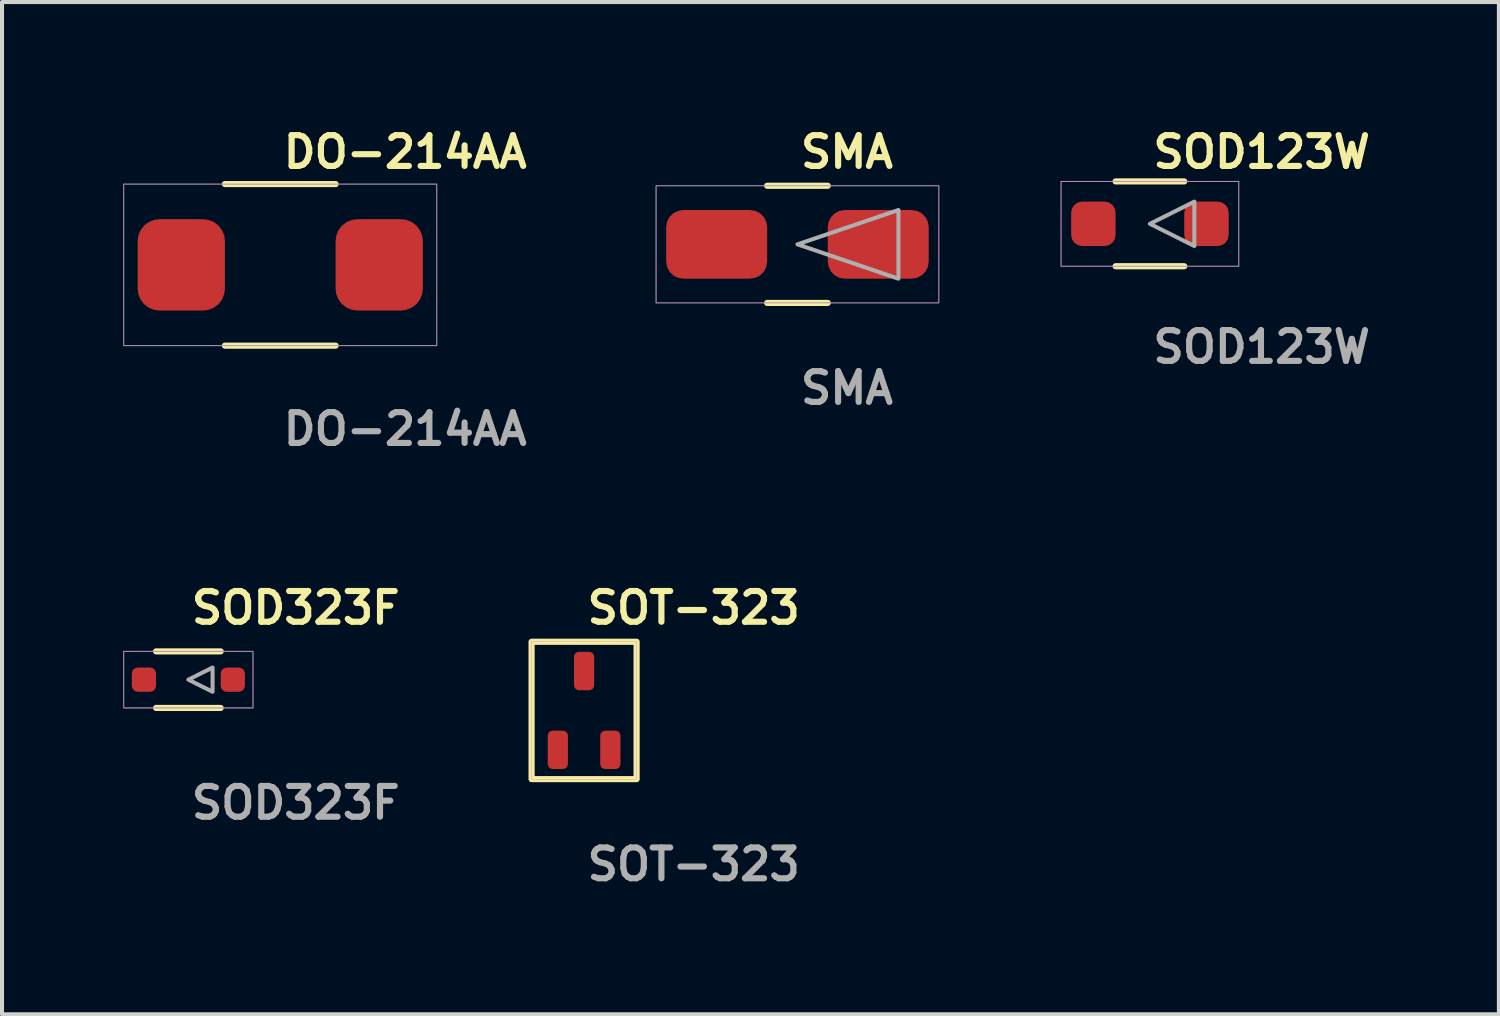
<source format=kicad_pcb>
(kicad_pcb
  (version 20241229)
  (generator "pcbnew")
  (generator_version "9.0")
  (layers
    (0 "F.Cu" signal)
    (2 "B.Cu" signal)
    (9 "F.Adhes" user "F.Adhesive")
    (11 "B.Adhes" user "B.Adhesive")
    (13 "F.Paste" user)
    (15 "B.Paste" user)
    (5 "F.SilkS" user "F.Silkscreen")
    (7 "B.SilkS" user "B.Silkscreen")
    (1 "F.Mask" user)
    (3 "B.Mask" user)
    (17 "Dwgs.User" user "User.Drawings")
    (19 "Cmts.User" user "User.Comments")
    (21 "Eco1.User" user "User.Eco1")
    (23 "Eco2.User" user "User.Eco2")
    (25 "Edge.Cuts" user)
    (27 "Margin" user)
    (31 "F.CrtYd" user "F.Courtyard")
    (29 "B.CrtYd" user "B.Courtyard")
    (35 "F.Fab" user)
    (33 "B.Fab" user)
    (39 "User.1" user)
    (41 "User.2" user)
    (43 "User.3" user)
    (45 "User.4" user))
  (footprint "SMA"
    (layer "F.Cu")
    (at 16.692 2.999)
    (property "Reference" "SMA" (at 0 -2.286 0) (unlocked yes) (layer "F.SilkS") (effects (font (size 0.762 0.762) (thickness 0.152)) (justify left)))
    (fp_line (start 0.75 -1.45) (end -0.75 -1.45) (stroke (width 0.152) (type solid)) (layer "F.SilkS"))
    (fp_line (start 0.75 1.45) (end -0.75 1.45) (stroke (width 0.152) (type solid)) (layer "F.SilkS"))
    (fp_rect (start -3.5 -1.45) (end 3.5 1.45) (stroke (width 0.006) (type solid)) (fill no) (layer "F.CrtYd"))
    (fp_rect (start -3.5 -1.45) (end 3.5 1.45) (stroke (width 0.025) (type default)) (fill no) (layer "F.Fab"))
    (fp_poly (pts (xy 2.5 0) (xy 2 0) (xy 2.5 0) (xy 2.5 0.85) (xy 0 0) (xy 0 0.85) (xy 0 0) (xy -2 0) (xy 0 0) (xy 0 -0.85) (xy 0 0) (xy 2.5 -0.85)) (stroke (width 0.1) (type solid)) (fill no) (layer "F.Fab"))
    (fp_text user "${REFERENCE}" (at 0 3.556 0) (unlocked yes) (layer "F.Fab") (effects (font (size 0.762 0.762) (thickness 0.152)) (justify left)))
    (pad "1" smd roundrect (at -2 0) (size 2.5 1.7) (layers "F.Cu" "F.Mask" "F.Paste") (roundrect_rratio 0.25))
    (pad "2" smd roundrect (at 2 0) (size 2.5 1.7) (layers "F.Cu" "F.Mask" "F.Paste") (roundrect_rratio 0.25)))
  (footprint "SOD323F"
    (layer "F.Cu")
    (at 1.613 13.776)
    (property "Reference" "SOD323F" (at 0 -1.778 0) (unlocked yes) (layer "F.SilkS") (effects (font (size 0.762 0.762) (thickness 0.152)) (justify left)))
    (fp_line (start 0.8 -0.7) (end -0.8 -0.7) (stroke (width 0.152) (type solid)) (layer "F.SilkS"))
    (fp_line (start 0.8 0.7) (end -0.8 0.7) (stroke (width 0.152) (type solid)) (layer "F.SilkS"))
    (fp_rect (start -1.6 -0.7) (end 1.6 0.7) (stroke (width 0.006) (type solid)) (fill no) (layer "F.CrtYd"))
    (fp_rect (start -1.6 -0.7) (end 1.6 0.7) (stroke (width 0.025) (type default)) (fill no) (layer "F.Fab"))
    (fp_poly (pts (xy 0.6 0) (xy 1.1 0) (xy 0.6 0) (xy 0.6 0.3) (xy 0 0) (xy 0 0.3) (xy 0 0) (xy -1.1 0) (xy 0 0) (xy 0 -0.3) (xy 0 0) (xy 0.6 -0.3)) (stroke (width 0.1) (type solid)) (fill no) (layer "F.Fab"))
    (fp_text user "${REFERENCE}" (at 0 3.048 0) (unlocked yes) (layer "F.Fab") (effects (font (size 0.762 0.762) (thickness 0.152)) (justify left)))
    (pad "1" smd roundrect (at -1.1 0) (size 0.6 0.6) (layers "F.Cu" "F.Mask" "F.Paste") (roundrect_rratio 0.25))
    (pad "2" smd roundrect (at 1.1 0) (size 0.6 0.6) (layers "F.Cu" "F.Mask" "F.Paste") (roundrect_rratio 0.25)))
  (footprint "SOT-323"
    (layer "F.Cu")
    (at 11.41 14.538)
    (property "Reference" "SOT-323" (at 0 -2.54 0) (unlocked yes) (layer "F.SilkS") (effects (font (size 0.762 0.762) (thickness 0.152)) (justify left)))
    (fp_rect (start -1.3 1.7) (end 1.3 -1.7) (stroke (width 0.152) (type solid)) (fill no) (layer "F.SilkS"))
    (fp_rect (start -1.3 -1.7) (end 1.3 1.7) (stroke (width 0.006) (type solid)) (fill no) (layer "F.CrtYd"))
    (fp_text user "${REFERENCE}" (at 0 3.81 0) (unlocked yes) (layer "F.Fab") (effects (font (size 0.762 0.762) (thickness 0.152)) (justify left)))
    (pad "1" smd roundrect (at -0.65 0.975) (size 0.5 0.95) (layers "F.Cu" "F.Mask" "F.Paste") (roundrect_rratio 0.25))
    (pad "2" smd roundrect (at 0.65 0.975) (size 0.5 0.95) (layers "F.Cu" "F.Mask" "F.Paste") (roundrect_rratio 0.25))
    (pad "3" smd roundrect (at 0 -0.975) (size 0.5 0.95) (layers "F.Cu" "F.Mask" "F.Paste") (roundrect_rratio 0.25)))
  (footprint "DO-214AA"
    (layer "F.Cu")
    (at 3.888 3.507)
    (property "Reference" "DO-214AA" (at 0 -2.794 0) (unlocked yes) (layer "F.SilkS") (effects (font (size 0.762 0.762) (thickness 0.152)) (justify left)))
    (fp_line (start 1.37 -2) (end -1.37 -2) (stroke (width 0.152) (type solid)) (layer "F.SilkS"))
    (fp_line (start 1.37 2) (end -1.37 2) (stroke (width 0.152) (type solid)) (layer "F.SilkS"))
    (fp_rect (start -3.875 -2) (end 3.875 2) (stroke (width 0.006) (type solid)) (fill no) (layer "F.CrtYd"))
    (fp_rect (start -3.875 -2) (end 3.875 2) (stroke (width 0.025) (type default)) (fill no) (layer "F.Fab"))
    (fp_text user "${REFERENCE}" (at 0 4.064 0) (unlocked yes) (layer "F.Fab") (effects (font (size 0.762 0.762) (thickness 0.152)) (justify left)))
    (pad "1" smd roundrect (at -2.45 0) (size 2.16 2.26) (layers "F.Cu" "F.Mask" "F.Paste") (roundrect_rratio 0.25))
    (pad "2" smd roundrect (at 2.45 0) (size 2.16 2.26) (layers "F.Cu" "F.Mask" "F.Paste") (roundrect_rratio 0.25)))
  (footprint "SOD123W"
    (layer "F.Cu")
    (at 25.418 2.491)
    (property "Reference" "SOD123W" (at 0 -1.778 0) (unlocked yes) (layer "F.SilkS") (effects (font (size 0.762 0.762) (thickness 0.152)) (justify left)))
    (fp_line (start 0.85 -1.05) (end -0.85 -1.05) (stroke (width 0.152) (type solid)) (layer "F.SilkS"))
    (fp_line (start 0.85 1.05) (end -0.85 1.05) (stroke (width 0.152) (type solid)) (layer "F.SilkS"))
    (fp_rect (start -2.2 -1.05) (end 2.2 1.05) (stroke (width 0.006) (type solid)) (fill no) (layer "F.CrtYd"))
    (fp_rect (start -2.2 -1.05) (end 2.2 1.05) (stroke (width 0.025) (type default)) (fill no) (layer "F.Fab"))
    (fp_poly (pts (xy 1.1 0) (xy 1.4 0) (xy 1.1 0) (xy 1.1 0.55) (xy 0 0) (xy 0 0.55) (xy 0 0) (xy -1.4 0) (xy 0 0) (xy 0 -0.55) (xy 0 0) (xy 1.1 -0.55)) (stroke (width 0.1) (type solid)) (fill no) (layer "F.Fab"))
    (fp_text user "${REFERENCE}" (at 0 3.048 0) (unlocked yes) (layer "F.Fab") (effects (font (size 0.762 0.762) (thickness 0.152)) (justify left)))
    (pad "1" smd roundrect (at -1.4 0) (size 1.1 1.1) (layers "F.Cu" "F.Mask" "F.Paste") (roundrect_rratio 0.25))
    (pad "2" smd roundrect (at 1.4 0) (size 1.1 1.1) (layers "F.Cu" "F.Mask" "F.Paste") (roundrect_rratio 0.25)))
  (gr_rect
    (start -3 -3)
    (end 34.057 22.061)
    (stroke (width 0.1) (type default))
    (fill no)
    (layer "Edge.Cuts")))
</source>
